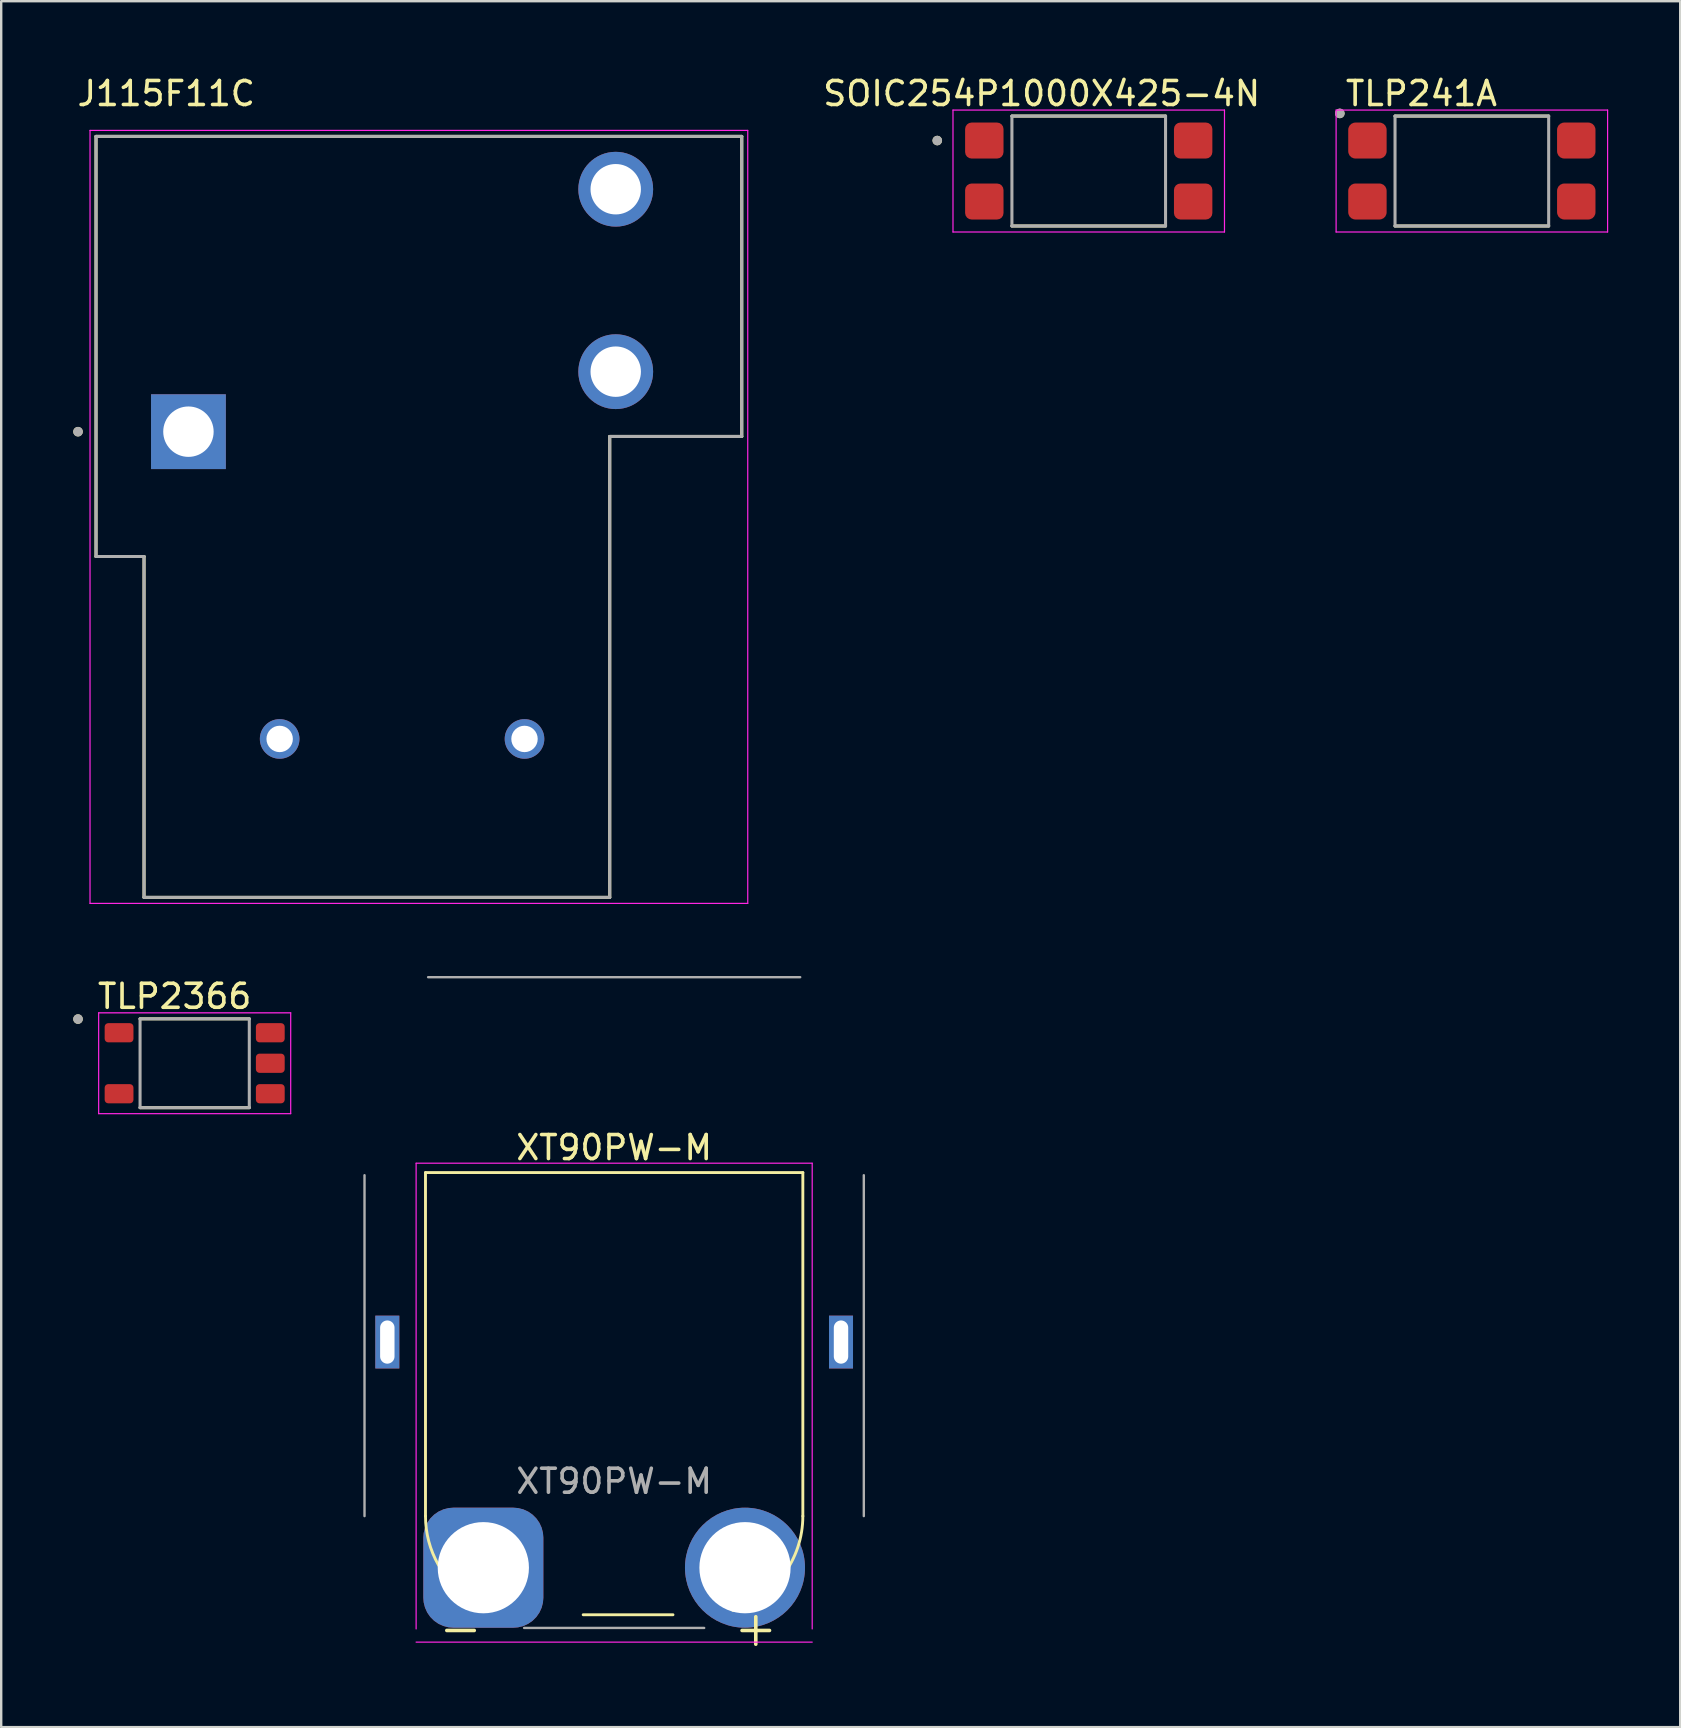
<source format=kicad_pcb>
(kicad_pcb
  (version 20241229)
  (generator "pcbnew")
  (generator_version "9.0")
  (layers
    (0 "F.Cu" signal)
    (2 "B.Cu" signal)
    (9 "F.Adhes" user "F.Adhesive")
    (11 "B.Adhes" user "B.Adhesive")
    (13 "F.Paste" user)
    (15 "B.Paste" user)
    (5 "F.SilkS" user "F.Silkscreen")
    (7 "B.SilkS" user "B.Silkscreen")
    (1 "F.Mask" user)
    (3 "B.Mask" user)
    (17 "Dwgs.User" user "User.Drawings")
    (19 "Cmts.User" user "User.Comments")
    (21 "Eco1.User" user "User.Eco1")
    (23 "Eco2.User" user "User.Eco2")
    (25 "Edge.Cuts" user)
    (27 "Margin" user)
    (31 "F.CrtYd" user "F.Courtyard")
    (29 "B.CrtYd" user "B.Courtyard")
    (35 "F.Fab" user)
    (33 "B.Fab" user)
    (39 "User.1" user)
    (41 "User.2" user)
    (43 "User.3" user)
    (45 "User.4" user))
  (footprint "SOIC254P1000X425-4N"
    (layer "F.Cu")
    (at 42.305 4.075)
    (property "Reference" "SOIC254P1000X425-4N" (at -1.96 -3.227 0) (layer "F.SilkS") (effects (font (size 1 1) (thickness 0.15))))
    (attr through_hole)
    (fp_line (start -3.2 -2.29) (end 3.2 -2.29) (stroke (width 0.127) (type solid)) (layer "F.SilkS"))
    (fp_line (start -3.2 2.29) (end 3.2 2.29) (stroke (width 0.127) (type solid)) (layer "F.SilkS"))
    (fp_circle (center -6.31 -1.27) (end -6.21 -1.27) (stroke (width 0.2) (type solid)) (fill no) (layer "F.SilkS"))
    (fp_line (start -5.655 -2.54) (end -5.655 2.54) (stroke (width 0.05) (type solid)) (layer "F.CrtYd"))
    (fp_line (start -5.655 -2.54) (end 5.655 -2.54) (stroke (width 0.05) (type solid)) (layer "F.CrtYd"))
    (fp_line (start -5.655 2.54) (end 5.655 2.54) (stroke (width 0.05) (type solid)) (layer "F.CrtYd"))
    (fp_line (start 5.655 -2.54) (end 5.655 2.54) (stroke (width 0.05) (type solid)) (layer "F.CrtYd"))
    (fp_line (start -3.2 -2.29) (end -3.2 2.29) (stroke (width 0.127) (type solid)) (layer "F.Fab"))
    (fp_line (start -3.2 -2.29) (end 3.2 -2.29) (stroke (width 0.127) (type solid)) (layer "F.Fab"))
    (fp_line (start -3.2 2.29) (end 3.2 2.29) (stroke (width 0.127) (type solid)) (layer "F.Fab"))
    (fp_line (start 3.2 -2.29) (end 3.2 2.29) (stroke (width 0.127) (type solid)) (layer "F.Fab"))
    (fp_circle (center -6.31 -1.27) (end -6.21 -1.27) (stroke (width 0.2) (type solid)) (fill no) (layer "F.Fab"))
    (pad "1" smd roundrect (at -4.35 -1.27) (size 1.6 1.5) (layers "F.Cu" "F.Mask" "F.Paste") (roundrect_rratio 0.18))
    (pad "2" smd roundrect (at -4.35 1.27) (size 1.6 1.5) (layers "F.Cu" "F.Mask" "F.Paste") (roundrect_rratio 0.18))
    (pad "3" smd roundrect (at 4.35 1.27) (size 1.6 1.5) (layers "F.Cu" "F.Mask" "F.Paste") (roundrect_rratio 0.18))
    (pad "4" smd roundrect (at 4.35 -1.27) (size 1.6 1.5) (layers "F.Cu" "F.Mask" "F.Paste") (roundrect_rratio 0.18)))
  (footprint "TLP241A"
    (layer "F.Cu")
    (at 58.265 4.075)
    (property "Reference" "TLP241A" (at -2.1 -3.227 0) (layer "F.SilkS") (effects (font (size 1 1) (thickness 0.15))))
    (attr smd)
    (fp_line (start -3.2 -2.29) (end 3.2 -2.29) (stroke (width 0.127) (type solid)) (layer "F.SilkS"))
    (fp_line (start -3.2 2.29) (end 3.2 2.29) (stroke (width 0.127) (type solid)) (layer "F.SilkS"))
    (fp_circle (center -5.5 -2.4) (end -5.4 -2.4) (stroke (width 0.2) (type solid)) (fill no) (layer "F.SilkS"))
    (fp_line (start -5.655 -2.54) (end -5.655 2.54) (stroke (width 0.05) (type solid)) (layer "F.CrtYd"))
    (fp_line (start -5.655 -2.54) (end 5.655 -2.54) (stroke (width 0.05) (type solid)) (layer "F.CrtYd"))
    (fp_line (start -5.655 2.54) (end 5.655 2.54) (stroke (width 0.05) (type solid)) (layer "F.CrtYd"))
    (fp_line (start 5.655 -2.54) (end 5.655 2.54) (stroke (width 0.05) (type solid)) (layer "F.CrtYd"))
    (fp_line (start -3.2 -2.29) (end -3.2 2.29) (stroke (width 0.127) (type solid)) (layer "F.Fab"))
    (fp_line (start -3.2 -2.29) (end 3.2 -2.29) (stroke (width 0.127) (type solid)) (layer "F.Fab"))
    (fp_line (start -3.2 2.29) (end 3.2 2.29) (stroke (width 0.127) (type solid)) (layer "F.Fab"))
    (fp_line (start 3.2 -2.29) (end 3.2 2.29) (stroke (width 0.127) (type solid)) (layer "F.Fab"))
    (fp_circle (center -5.5 -2.4) (end -5.4 -2.4) (stroke (width 0.2) (type solid)) (fill no) (layer "F.Fab"))
    (pad "1" smd roundrect (at -4.35 -1.27) (size 1.6 1.5) (layers "F.Cu" "F.Mask" "F.Paste") (roundrect_rratio 0.2))
    (pad "2" smd roundrect (at -4.35 1.27) (size 1.6 1.5) (layers "F.Cu" "F.Mask" "F.Paste") (roundrect_rratio 0.2))
    (pad "3" smd roundrect (at 4.35 1.27) (size 1.6 1.5) (layers "F.Cu" "F.Mask" "F.Paste") (roundrect_rratio 0.2))
    (pad "4" smd roundrect (at 4.35 -1.27) (size 1.6 1.5) (layers "F.Cu" "F.Mask" "F.Paste") (roundrect_rratio 0.2)))
  (footprint "TLP2366"
    (layer "F.Cu")
    (at 5.06 41.243)
    (property "Reference" "TLP2366" (at -0.835 -2.787 0) (layer "F.SilkS") (effects (font (size 1 1) (thickness 0.15))))
    (attr through_hole)
    (fp_line (start -2.275 -1.85) (end 2.275 -1.85) (stroke (width 0.127) (type solid)) (layer "F.SilkS"))
    (fp_line (start -2.275 1.85) (end 2.275 1.85) (stroke (width 0.127) (type solid)) (layer "F.SilkS"))
    (fp_circle (center -4.86 -1.84) (end -4.76 -1.84) (stroke (width 0.2) (type solid)) (fill no) (layer "F.SilkS"))
    (fp_line (start -4 -2.1) (end -4 2.1) (stroke (width 0.05) (type solid)) (layer "F.CrtYd"))
    (fp_line (start -4 -2.1) (end 4 -2.1) (stroke (width 0.05) (type solid)) (layer "F.CrtYd"))
    (fp_line (start -4 2.1) (end 4 2.1) (stroke (width 0.05) (type solid)) (layer "F.CrtYd"))
    (fp_line (start 4 -2.1) (end 4 2.1) (stroke (width 0.05) (type solid)) (layer "F.CrtYd"))
    (fp_line (start -2.275 -1.85) (end -2.275 1.85) (stroke (width 0.127) (type solid)) (layer "F.Fab"))
    (fp_line (start -2.275 -1.85) (end 2.275 -1.85) (stroke (width 0.127) (type solid)) (layer "F.Fab"))
    (fp_line (start -2.275 1.85) (end 2.275 1.85) (stroke (width 0.127) (type solid)) (layer "F.Fab"))
    (fp_line (start 2.275 -1.85) (end 2.275 1.85) (stroke (width 0.127) (type solid)) (layer "F.Fab"))
    (fp_circle (center -4.86 -1.84) (end -4.76 -1.84) (stroke (width 0.2) (type solid)) (fill no) (layer "F.Fab"))
    (pad "1" smd roundrect (at -3.15 -1.27) (size 1.2 0.8) (layers "F.Cu" "F.Mask" "F.Paste") (roundrect_rratio 0.188))
    (pad "3" smd roundrect (at -3.15 1.27) (size 1.2 0.8) (layers "F.Cu" "F.Mask" "F.Paste") (roundrect_rratio 0.188))
    (pad "4" smd roundrect (at 3.15 1.27) (size 1.2 0.8) (layers "F.Cu" "F.Mask" "F.Paste") (roundrect_rratio 0.188))
    (pad "5" smd roundrect (at 3.15 0) (size 1.2 0.8) (layers "F.Cu" "F.Mask" "F.Paste") (roundrect_rratio 0.188))
    (pad "6" smd roundrect (at 3.15 -1.27) (size 1.2 0.8) (layers "F.Cu" "F.Mask" "F.Paste") (roundrect_rratio 0.188)))
  (footprint "J115F11C"
    (layer "F.Cu")
    (at 14.4 18.483)
    (property "Reference" "J115F11C" (at -10.525 -17.635 0) (layer "F.SilkS") (effects (font (size 1 1) (thickness 0.15))))
    (attr through_hole)
    (fp_line (start -13.45 -15.85) (end -13.45 1.65) (stroke (width 0.127) (type solid)) (layer "F.SilkS"))
    (fp_line (start -13.45 1.65) (end -11.45 1.65) (stroke (width 0.127) (type solid)) (layer "F.SilkS"))
    (fp_line (start -11.45 1.65) (end -11.45 15.85) (stroke (width 0.127) (type solid)) (layer "F.SilkS"))
    (fp_line (start -11.45 15.85) (end 7.95 15.85) (stroke (width 0.127) (type solid)) (layer "F.SilkS"))
    (fp_line (start 7.95 -3.35) (end 13.45 -3.35) (stroke (width 0.127) (type solid)) (layer "F.SilkS"))
    (fp_line (start 7.95 15.85) (end 7.95 -3.35) (stroke (width 0.127) (type solid)) (layer "F.SilkS"))
    (fp_line (start 13.45 -15.85) (end -13.45 -15.85) (stroke (width 0.127) (type solid)) (layer "F.SilkS"))
    (fp_line (start 13.45 -3.35) (end 13.45 -15.85) (stroke (width 0.127) (type solid)) (layer "F.SilkS"))
    (fp_circle (center -14.2 -3.55) (end -14.1 -3.55) (stroke (width 0.2) (type solid)) (fill no) (layer "F.SilkS"))
    (fp_line (start -13.7 -16.1) (end -13.7 16.1) (stroke (width 0.05) (type solid)) (layer "F.CrtYd"))
    (fp_line (start -13.7 16.1) (end 13.7 16.1) (stroke (width 0.05) (type solid)) (layer "F.CrtYd"))
    (fp_line (start 13.7 -16.1) (end -13.7 -16.1) (stroke (width 0.05) (type solid)) (layer "F.CrtYd"))
    (fp_line (start 13.7 16.1) (end 13.7 -16.1) (stroke (width 0.05) (type solid)) (layer "F.CrtYd"))
    (fp_line (start -13.45 -15.85) (end -13.45 1.65) (stroke (width 0.127) (type solid)) (layer "F.Fab"))
    (fp_line (start -13.45 1.65) (end -11.45 1.65) (stroke (width 0.127) (type solid)) (layer "F.Fab"))
    (fp_line (start -11.45 1.65) (end -11.45 15.85) (stroke (width 0.127) (type solid)) (layer "F.Fab"))
    (fp_line (start -11.45 15.85) (end 7.95 15.85) (stroke (width 0.127) (type solid)) (layer "F.Fab"))
    (fp_line (start 7.95 -3.35) (end 13.45 -3.35) (stroke (width 0.127) (type solid)) (layer "F.Fab"))
    (fp_line (start 7.95 15.85) (end 7.95 -3.35) (stroke (width 0.127) (type solid)) (layer "F.Fab"))
    (fp_line (start 13.45 -15.85) (end -13.45 -15.85) (stroke (width 0.127) (type solid)) (layer "F.Fab"))
    (fp_line (start 13.45 -3.35) (end 13.45 -15.85) (stroke (width 0.127) (type solid)) (layer "F.Fab"))
    (fp_circle (center -14.2 -3.55) (end -14.1 -3.55) (stroke (width 0.2) (type solid)) (fill no) (layer "F.Fab"))
    (pad "1" thru_hole rect (at -9.6 -3.55) (size 3.116 3.116) (drill 2.1) (layers "*.Cu" "*.Mask"))
    (pad "2" thru_hole circle (at -5.8 9.25) (size 1.65 1.65) (drill 1.1) (layers "*.Cu" "*.Mask"))
    (pad "3" thru_hole circle (at 4.4 9.25) (size 1.65 1.65) (drill 1.1) (layers "*.Cu" "*.Mask"))
    (pad "4" thru_hole circle (at 8.2 -6.05) (size 3.116 3.116) (drill 2.1) (layers "*.Cu" "*.Mask"))
    (pad "5" thru_hole circle (at 8.2 -13.65) (size 3.116 3.116) (drill 2.1) (layers "*.Cu" "*.Mask")))
  (footprint "XT90PW-M"
    (layer "F.Cu")
    (at 22.535 62.258)
    (property "Reference" "XT90PW-M" (at 0 -17.5 0) (layer "F.SilkS") (effects (font (size 1 1) (thickness 0.15))))
    (attr through_hole)
    (fp_line (start -7.86 -16.46) (end -7.86 -2.15) (stroke (width 0.12) (type solid)) (layer "F.SilkS"))
    (fp_line (start -7.86 -16.46) (end 7.86 -16.46) (stroke (width 0.12) (type solid)) (layer "F.SilkS"))
    (fp_line (start -1.29 1.96) (end 2.45 1.96) (stroke (width 0.12) (type solid)) (layer "F.SilkS"))
    (fp_line (start 7.86 -16.46) (end 7.86 -2.15) (stroke (width 0.12) (type solid)) (layer "F.SilkS"))
    (fp_arc (start -5.866806 1.372958) (mid -7.327162 -0.126139) (end -7.86 -2.15) (stroke (width 0.12) (type solid)) (layer "F.SilkS"))
    (fp_arc (start 7.86 -2.15) (mid 7.053852 0.294722) (end 4.951648 1.780413) (stroke (width 0.12) (type solid)) (layer "F.SilkS"))
    (fp_line (start -8.25 -16.85) (end -8.25 2.55) (stroke (width 0.05) (type solid)) (layer "F.CrtYd"))
    (fp_line (start -8.25 -16.85) (end 8.25 -16.85) (stroke (width 0.05) (type solid)) (layer "F.CrtYd"))
    (fp_line (start 8.25 -16.85) (end 8.25 2.55) (stroke (width 0.05) (type solid)) (layer "F.CrtYd"))
    (fp_line (start 8.25 3.1) (end -8.25 3.1) (stroke (width 0.05) (type solid)) (layer "F.CrtYd"))
    (fp_line (start -10.4 -16.35) (end -10.4 -2.15) (stroke (width 0.1) (type solid)) (layer "F.Fab"))
    (fp_line (start -7.75 -24.6) (end 7.75 -24.6) (stroke (width 0.1) (type solid)) (layer "F.Fab"))
    (fp_line (start -3.75 2.51) (end 3.75 2.51) (stroke (width 0.1) (type solid)) (layer "F.Fab"))
    (fp_line (start 10.4 -16.35) (end 10.4 -2.15) (stroke (width 0.1) (type solid)) (layer "F.Fab"))
    (fp_text user "+" (at 5.9 2.5 0) (layer "F.SilkS") (effects (font (size 1.5 1.5) (thickness 0.15))))
    (fp_text user "-" (at -6.4 2.5 0) (layer "F.SilkS") (effects (font (size 1.5 1.5) (thickness 0.15))))
    (fp_text user "${REFERENCE}" (at 0 -3.6 0) (layer "F.Fab") (effects (font (size 1 1) (thickness 0.15))))
    (pad "" thru_hole rect (at -9.45 -9.4) (size 1 2.2) (drill oval 0.6 1.8) (layers "*.Cu" "*.Mask"))
    (pad "" thru_hole rect (at 9.45 -9.4) (size 1 2.2) (drill oval 0.6 1.8) (layers "*.Cu" "*.Mask"))
    (pad "1" thru_hole roundrect (at -5.45 0) (size 5 5) (drill 3.8) (layers "*.Cu" "*.Mask") (roundrect_rratio 0.25))
    (pad "2" thru_hole circle (at 5.45 0) (size 5 5) (drill 3.8) (layers "*.Cu" "*.Mask")))
  (gr_rect
    (start -3 -3)
    (end 66.945 68.899)
    (stroke (width 0.1) (type default))
    (fill no)
    (layer "Edge.Cuts")))
</source>
